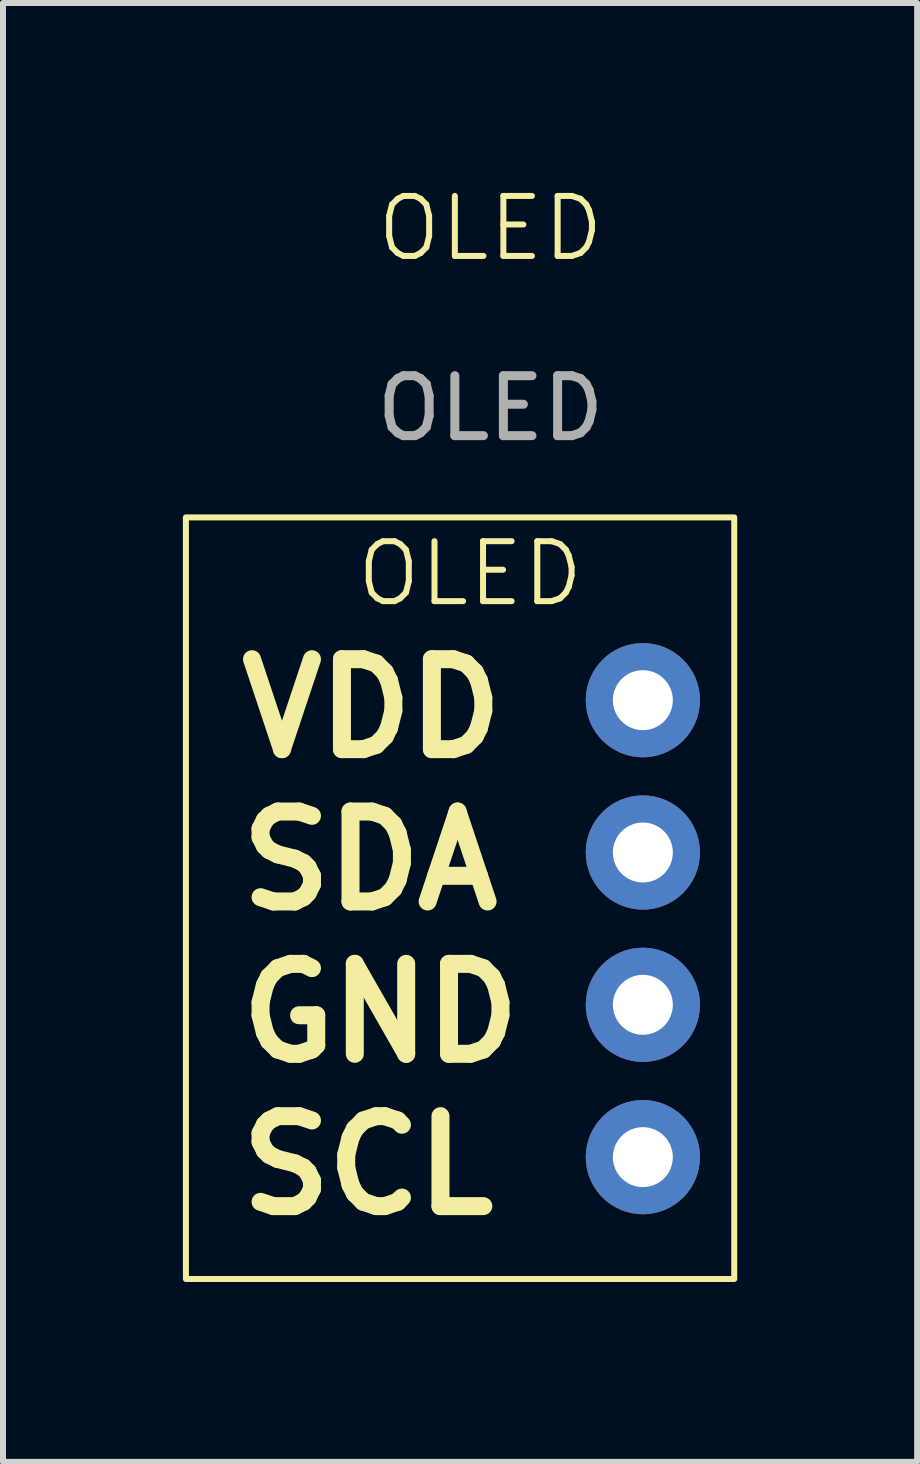
<source format=kicad_pcb>
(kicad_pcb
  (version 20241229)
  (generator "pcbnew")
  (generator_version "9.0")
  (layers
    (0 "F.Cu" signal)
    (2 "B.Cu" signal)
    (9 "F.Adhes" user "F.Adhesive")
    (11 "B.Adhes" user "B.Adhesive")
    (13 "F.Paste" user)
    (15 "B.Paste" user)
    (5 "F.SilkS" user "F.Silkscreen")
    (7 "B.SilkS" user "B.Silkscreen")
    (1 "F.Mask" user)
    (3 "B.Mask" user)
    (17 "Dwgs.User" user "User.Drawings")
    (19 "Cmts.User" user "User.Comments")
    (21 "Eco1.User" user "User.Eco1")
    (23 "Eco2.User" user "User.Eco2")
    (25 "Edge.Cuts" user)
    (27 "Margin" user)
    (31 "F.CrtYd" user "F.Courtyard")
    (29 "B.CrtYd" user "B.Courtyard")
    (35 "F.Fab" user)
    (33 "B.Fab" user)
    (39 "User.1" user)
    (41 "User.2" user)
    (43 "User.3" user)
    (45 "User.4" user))
  (footprint "OLED"
    (layer "F.Cu")
    (at 5.13 1.26)
    (property "Reference" "OLED" (at 0 -0.5 0) (unlocked yes) (layer "F.SilkS") (effects (font (size 1 1) (thickness 0.1))))
    (attr through_hole)
    (fp_rect (start -5.08 4.318) (end 4.064 17.018) (stroke (width 0.1) (type default)) (fill no) (layer "F.SilkS"))
    (fp_text user "SDA" (at -4.318 10.922 0) (unlocked yes) (layer "F.SilkS") (effects (font (size 1.5 1.5) (thickness 0.3) (bold yes)) (justify left bottom)))
    (fp_text user "VDD" (at -4.318 8.382 0) (unlocked yes) (layer "F.SilkS") (effects (font (size 1.5 1.5) (thickness 0.3) (bold yes)) (justify left bottom)))
    (fp_text user "GND" (at -4.318 13.462 0) (unlocked yes) (layer "F.SilkS") (effects (font (size 1.5 1.5) (thickness 0.3) (bold yes)) (justify left bottom)))
    (fp_text user "SCL" (at -4.318 16.002 0) (unlocked yes) (layer "F.SilkS") (effects (font (size 1.5 1.5) (thickness 0.3) (bold yes)) (justify left bottom)))
    (fp_text user "OLED" (at -2.286 5.842 0) (unlocked yes) (layer "F.SilkS") (effects (font (size 1 1) (thickness 0.1)) (justify left bottom)))
    (fp_text user "${REFERENCE}" (at 0 2.5 0) (unlocked yes) (layer "F.Fab") (effects (font (size 1 1) (thickness 0.15))))
    (pad "1" thru_hole circle (at 2.54 7.366) (size 1.905 1.905) (drill 1) (layers "*.Cu" "*.Mask"))
    (pad "2" thru_hole circle (at 2.54 9.906) (size 1.905 1.905) (drill 1) (layers "*.Cu" "*.Mask"))
    (pad "3" thru_hole circle (at 2.54 12.446) (size 1.905 1.905) (drill 1) (layers "*.Cu" "*.Mask"))
    (pad "4" thru_hole circle (at 2.54 14.986) (size 1.905 1.905) (drill 1) (layers "*.Cu" "*.Mask")))
  (gr_rect
    (start -3 -3)
    (end 12.244 21.328)
    (stroke (width 0.1) (type default))
    (fill no)
    (layer "Edge.Cuts")))
</source>
